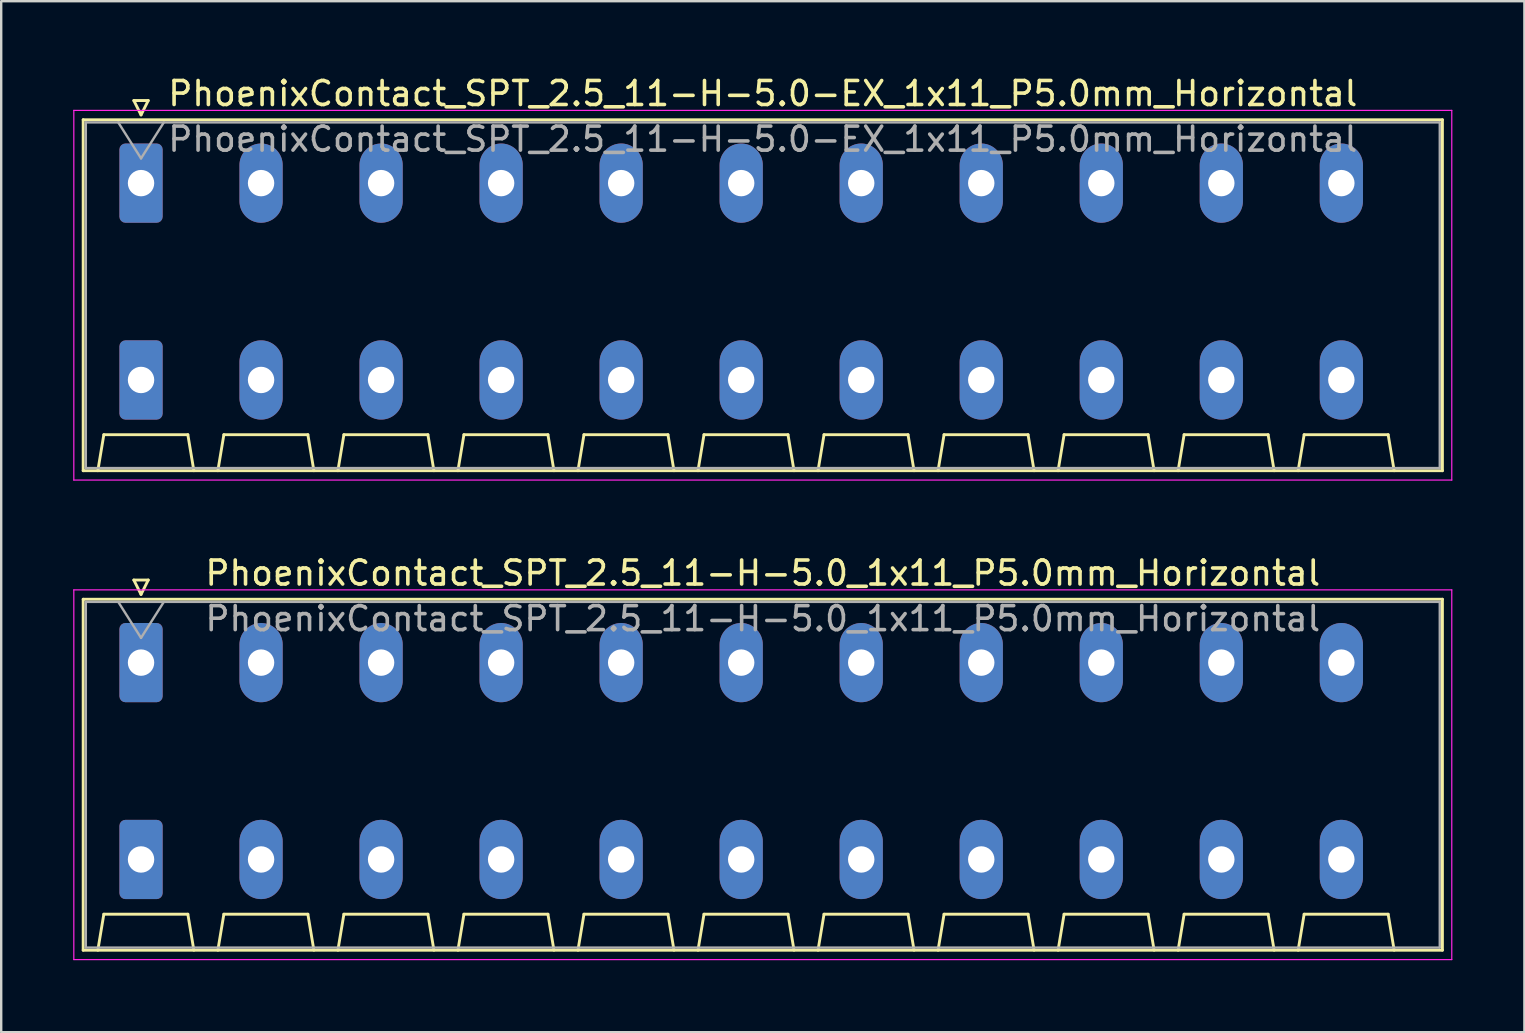
<source format=kicad_pcb>
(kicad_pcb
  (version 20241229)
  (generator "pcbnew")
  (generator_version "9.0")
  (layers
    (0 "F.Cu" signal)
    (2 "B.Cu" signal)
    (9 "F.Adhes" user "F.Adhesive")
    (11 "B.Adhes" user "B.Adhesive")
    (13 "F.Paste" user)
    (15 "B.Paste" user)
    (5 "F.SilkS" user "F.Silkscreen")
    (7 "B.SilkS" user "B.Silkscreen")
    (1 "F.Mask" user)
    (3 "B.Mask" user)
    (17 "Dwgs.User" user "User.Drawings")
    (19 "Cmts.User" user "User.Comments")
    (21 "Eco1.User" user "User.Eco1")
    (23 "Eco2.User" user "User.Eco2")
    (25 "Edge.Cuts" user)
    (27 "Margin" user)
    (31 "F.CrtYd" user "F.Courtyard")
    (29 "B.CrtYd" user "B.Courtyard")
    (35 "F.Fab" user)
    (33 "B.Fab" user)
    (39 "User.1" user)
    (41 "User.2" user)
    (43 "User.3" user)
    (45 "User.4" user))
  (footprint "PhoenixContact_SPT_2.5_11-H-5.0-EX_1x11_P5.0mm_Horizontal"
    (layer "F.Cu")
    (at 2.825 4.578)
    (property "Reference" "PhoenixContact_SPT_2.5_11-H-5.0-EX_1x11_P5.0mm_Horizontal" (at 25.9 -3.73 0) (layer "F.SilkS") (effects (font (size 1 1) (thickness 0.15))))
    (attr through_hole)
    (fp_line (start -2.41 -2.64) (end 54.21 -2.64) (stroke (width 0.12) (type solid)) (layer "F.SilkS"))
    (fp_line (start -2.41 11.98) (end -2.41 -2.64) (stroke (width 0.12) (type solid)) (layer "F.SilkS"))
    (fp_line (start -1.8 11.98) (end -1.55 10.48) (stroke (width 0.12) (type solid)) (layer "F.SilkS"))
    (fp_line (start -1.55 10.48) (end 1.95 10.48) (stroke (width 0.12) (type solid)) (layer "F.SilkS"))
    (fp_line (start -0.3 -3.44) (end 0 -2.84) (stroke (width 0.12) (type solid)) (layer "F.SilkS"))
    (fp_line (start -0.3 -3.44) (end 0.3 -3.44) (stroke (width 0.12) (type solid)) (layer "F.SilkS"))
    (fp_line (start 0.3 -3.44) (end 0 -2.84) (stroke (width 0.12) (type solid)) (layer "F.SilkS"))
    (fp_line (start 2.2 11.98) (end 1.95 10.48) (stroke (width 0.12) (type solid)) (layer "F.SilkS"))
    (fp_line (start 3.2 11.98) (end 3.45 10.48) (stroke (width 0.12) (type solid)) (layer "F.SilkS"))
    (fp_line (start 3.45 10.48) (end 6.95 10.48) (stroke (width 0.12) (type solid)) (layer "F.SilkS"))
    (fp_line (start 7.2 11.98) (end 6.95 10.48) (stroke (width 0.12) (type solid)) (layer "F.SilkS"))
    (fp_line (start 8.2 11.98) (end 8.45 10.48) (stroke (width 0.12) (type solid)) (layer "F.SilkS"))
    (fp_line (start 8.45 10.48) (end 11.95 10.48) (stroke (width 0.12) (type solid)) (layer "F.SilkS"))
    (fp_line (start 12.2 11.98) (end 11.95 10.48) (stroke (width 0.12) (type solid)) (layer "F.SilkS"))
    (fp_line (start 13.2 11.98) (end 13.45 10.48) (stroke (width 0.12) (type solid)) (layer "F.SilkS"))
    (fp_line (start 13.45 10.48) (end 16.95 10.48) (stroke (width 0.12) (type solid)) (layer "F.SilkS"))
    (fp_line (start 17.2 11.98) (end 16.95 10.48) (stroke (width 0.12) (type solid)) (layer "F.SilkS"))
    (fp_line (start 18.2 11.98) (end 18.45 10.48) (stroke (width 0.12) (type solid)) (layer "F.SilkS"))
    (fp_line (start 18.45 10.48) (end 21.95 10.48) (stroke (width 0.12) (type solid)) (layer "F.SilkS"))
    (fp_line (start 22.2 11.98) (end 21.95 10.48) (stroke (width 0.12) (type solid)) (layer "F.SilkS"))
    (fp_line (start 23.2 11.98) (end 23.45 10.48) (stroke (width 0.12) (type solid)) (layer "F.SilkS"))
    (fp_line (start 23.45 10.48) (end 26.95 10.48) (stroke (width 0.12) (type solid)) (layer "F.SilkS"))
    (fp_line (start 27.2 11.98) (end 26.95 10.48) (stroke (width 0.12) (type solid)) (layer "F.SilkS"))
    (fp_line (start 28.2 11.98) (end 28.45 10.48) (stroke (width 0.12) (type solid)) (layer "F.SilkS"))
    (fp_line (start 28.45 10.48) (end 31.95 10.48) (stroke (width 0.12) (type solid)) (layer "F.SilkS"))
    (fp_line (start 32.2 11.98) (end 31.95 10.48) (stroke (width 0.12) (type solid)) (layer "F.SilkS"))
    (fp_line (start 33.2 11.98) (end 33.45 10.48) (stroke (width 0.12) (type solid)) (layer "F.SilkS"))
    (fp_line (start 33.45 10.48) (end 36.95 10.48) (stroke (width 0.12) (type solid)) (layer "F.SilkS"))
    (fp_line (start 37.2 11.98) (end 36.95 10.48) (stroke (width 0.12) (type solid)) (layer "F.SilkS"))
    (fp_line (start 38.2 11.98) (end 38.45 10.48) (stroke (width 0.12) (type solid)) (layer "F.SilkS"))
    (fp_line (start 38.45 10.48) (end 41.95 10.48) (stroke (width 0.12) (type solid)) (layer "F.SilkS"))
    (fp_line (start 42.2 11.98) (end 41.95 10.48) (stroke (width 0.12) (type solid)) (layer "F.SilkS"))
    (fp_line (start 43.2 11.98) (end 43.45 10.48) (stroke (width 0.12) (type solid)) (layer "F.SilkS"))
    (fp_line (start 43.45 10.48) (end 46.95 10.48) (stroke (width 0.12) (type solid)) (layer "F.SilkS"))
    (fp_line (start 47.2 11.98) (end 46.95 10.48) (stroke (width 0.12) (type solid)) (layer "F.SilkS"))
    (fp_line (start 48.2 11.98) (end 48.45 10.48) (stroke (width 0.12) (type solid)) (layer "F.SilkS"))
    (fp_line (start 48.45 10.48) (end 51.95 10.48) (stroke (width 0.12) (type solid)) (layer "F.SilkS"))
    (fp_line (start 52.2 11.98) (end 51.95 10.48) (stroke (width 0.12) (type solid)) (layer "F.SilkS"))
    (fp_line (start 54.21 -2.64) (end 54.21 11.98) (stroke (width 0.12) (type solid)) (layer "F.SilkS"))
    (fp_line (start 54.21 11.98) (end -2.41 11.98) (stroke (width 0.12) (type solid)) (layer "F.SilkS"))
    (fp_line (start -2.8 -3.03) (end -2.8 12.37) (stroke (width 0.05) (type solid)) (layer "F.CrtYd"))
    (fp_line (start -2.8 12.37) (end 54.6 12.37) (stroke (width 0.05) (type solid)) (layer "F.CrtYd"))
    (fp_line (start 54.6 -3.03) (end -2.8 -3.03) (stroke (width 0.05) (type solid)) (layer "F.CrtYd"))
    (fp_line (start 54.6 12.37) (end 54.6 -3.03) (stroke (width 0.05) (type solid)) (layer "F.CrtYd"))
    (fp_line (start -2.3 -2.53) (end -2.3 11.87) (stroke (width 0.1) (type solid)) (layer "F.Fab"))
    (fp_line (start -2.3 11.87) (end 54.1 11.87) (stroke (width 0.1) (type solid)) (layer "F.Fab"))
    (fp_line (start -0.95 -2.53) (end 0 -1.03) (stroke (width 0.1) (type solid)) (layer "F.Fab"))
    (fp_line (start 0.95 -2.53) (end 0 -1.03) (stroke (width 0.1) (type solid)) (layer "F.Fab"))
    (fp_line (start 54.1 -2.53) (end -2.3 -2.53) (stroke (width 0.1) (type solid)) (layer "F.Fab"))
    (fp_line (start 54.1 11.87) (end 54.1 -2.53) (stroke (width 0.1) (type solid)) (layer "F.Fab"))
    (fp_text user "${REFERENCE}" (at 25.9 -1.83 0) (layer "F.Fab") (effects (font (size 1 1) (thickness 0.15))))
    (pad "1" thru_hole roundrect (at 0 0) (size 1.8 3.3) (drill 1.1) (layers "*.Cu" "*.Mask") (roundrect_rratio 0.139))
    (pad "1" thru_hole roundrect (at 0 8.2) (size 1.8 3.3) (drill 1.1) (layers "*.Cu" "*.Mask") (roundrect_rratio 0.139))
    (pad "2" thru_hole oval (at 5 0) (size 1.8 3.3) (drill 1.1) (layers "*.Cu" "*.Mask"))
    (pad "2" thru_hole oval (at 5 8.2) (size 1.8 3.3) (drill 1.1) (layers "*.Cu" "*.Mask"))
    (pad "3" thru_hole oval (at 10 0) (size 1.8 3.3) (drill 1.1) (layers "*.Cu" "*.Mask"))
    (pad "3" thru_hole oval (at 10 8.2) (size 1.8 3.3) (drill 1.1) (layers "*.Cu" "*.Mask"))
    (pad "4" thru_hole oval (at 15 0) (size 1.8 3.3) (drill 1.1) (layers "*.Cu" "*.Mask"))
    (pad "4" thru_hole oval (at 15 8.2) (size 1.8 3.3) (drill 1.1) (layers "*.Cu" "*.Mask"))
    (pad "5" thru_hole oval (at 20 0) (size 1.8 3.3) (drill 1.1) (layers "*.Cu" "*.Mask"))
    (pad "5" thru_hole oval (at 20 8.2) (size 1.8 3.3) (drill 1.1) (layers "*.Cu" "*.Mask"))
    (pad "6" thru_hole oval (at 25 0) (size 1.8 3.3) (drill 1.1) (layers "*.Cu" "*.Mask"))
    (pad "6" thru_hole oval (at 25 8.2) (size 1.8 3.3) (drill 1.1) (layers "*.Cu" "*.Mask"))
    (pad "7" thru_hole oval (at 30 0) (size 1.8 3.3) (drill 1.1) (layers "*.Cu" "*.Mask"))
    (pad "7" thru_hole oval (at 30 8.2) (size 1.8 3.3) (drill 1.1) (layers "*.Cu" "*.Mask"))
    (pad "8" thru_hole oval (at 35 0) (size 1.8 3.3) (drill 1.1) (layers "*.Cu" "*.Mask"))
    (pad "8" thru_hole oval (at 35 8.2) (size 1.8 3.3) (drill 1.1) (layers "*.Cu" "*.Mask"))
    (pad "9" thru_hole oval (at 40 0) (size 1.8 3.3) (drill 1.1) (layers "*.Cu" "*.Mask"))
    (pad "9" thru_hole oval (at 40 8.2) (size 1.8 3.3) (drill 1.1) (layers "*.Cu" "*.Mask"))
    (pad "10" thru_hole oval (at 45 0) (size 1.8 3.3) (drill 1.1) (layers "*.Cu" "*.Mask"))
    (pad "10" thru_hole oval (at 45 8.2) (size 1.8 3.3) (drill 1.1) (layers "*.Cu" "*.Mask"))
    (pad "11" thru_hole oval (at 50 0) (size 1.8 3.3) (drill 1.1) (layers "*.Cu" "*.Mask"))
    (pad "11" thru_hole oval (at 50 8.2) (size 1.8 3.3) (drill 1.1) (layers "*.Cu" "*.Mask")))
  (footprint "PhoenixContact_SPT_2.5_11-H-5.0_1x11_P5.0mm_Horizontal"
    (layer "F.Cu")
    (at 2.825 24.552)
    (property "Reference" "PhoenixContact_SPT_2.5_11-H-5.0_1x11_P5.0mm_Horizontal" (at 25.9 -3.73 0) (layer "F.SilkS") (effects (font (size 1 1) (thickness 0.15))))
    (attr through_hole)
    (fp_line (start -2.41 -2.64) (end 54.21 -2.64) (stroke (width 0.12) (type solid)) (layer "F.SilkS"))
    (fp_line (start -2.41 11.98) (end -2.41 -2.64) (stroke (width 0.12) (type solid)) (layer "F.SilkS"))
    (fp_line (start -1.8 11.98) (end -1.55 10.48) (stroke (width 0.12) (type solid)) (layer "F.SilkS"))
    (fp_line (start -1.55 10.48) (end 1.95 10.48) (stroke (width 0.12) (type solid)) (layer "F.SilkS"))
    (fp_line (start -0.3 -3.44) (end 0 -2.84) (stroke (width 0.12) (type solid)) (layer "F.SilkS"))
    (fp_line (start -0.3 -3.44) (end 0.3 -3.44) (stroke (width 0.12) (type solid)) (layer "F.SilkS"))
    (fp_line (start 0.3 -3.44) (end 0 -2.84) (stroke (width 0.12) (type solid)) (layer "F.SilkS"))
    (fp_line (start 2.2 11.98) (end 1.95 10.48) (stroke (width 0.12) (type solid)) (layer "F.SilkS"))
    (fp_line (start 3.2 11.98) (end 3.45 10.48) (stroke (width 0.12) (type solid)) (layer "F.SilkS"))
    (fp_line (start 3.45 10.48) (end 6.95 10.48) (stroke (width 0.12) (type solid)) (layer "F.SilkS"))
    (fp_line (start 7.2 11.98) (end 6.95 10.48) (stroke (width 0.12) (type solid)) (layer "F.SilkS"))
    (fp_line (start 8.2 11.98) (end 8.45 10.48) (stroke (width 0.12) (type solid)) (layer "F.SilkS"))
    (fp_line (start 8.45 10.48) (end 11.95 10.48) (stroke (width 0.12) (type solid)) (layer "F.SilkS"))
    (fp_line (start 12.2 11.98) (end 11.95 10.48) (stroke (width 0.12) (type solid)) (layer "F.SilkS"))
    (fp_line (start 13.2 11.98) (end 13.45 10.48) (stroke (width 0.12) (type solid)) (layer "F.SilkS"))
    (fp_line (start 13.45 10.48) (end 16.95 10.48) (stroke (width 0.12) (type solid)) (layer "F.SilkS"))
    (fp_line (start 17.2 11.98) (end 16.95 10.48) (stroke (width 0.12) (type solid)) (layer "F.SilkS"))
    (fp_line (start 18.2 11.98) (end 18.45 10.48) (stroke (width 0.12) (type solid)) (layer "F.SilkS"))
    (fp_line (start 18.45 10.48) (end 21.95 10.48) (stroke (width 0.12) (type solid)) (layer "F.SilkS"))
    (fp_line (start 22.2 11.98) (end 21.95 10.48) (stroke (width 0.12) (type solid)) (layer "F.SilkS"))
    (fp_line (start 23.2 11.98) (end 23.45 10.48) (stroke (width 0.12) (type solid)) (layer "F.SilkS"))
    (fp_line (start 23.45 10.48) (end 26.95 10.48) (stroke (width 0.12) (type solid)) (layer "F.SilkS"))
    (fp_line (start 27.2 11.98) (end 26.95 10.48) (stroke (width 0.12) (type solid)) (layer "F.SilkS"))
    (fp_line (start 28.2 11.98) (end 28.45 10.48) (stroke (width 0.12) (type solid)) (layer "F.SilkS"))
    (fp_line (start 28.45 10.48) (end 31.95 10.48) (stroke (width 0.12) (type solid)) (layer "F.SilkS"))
    (fp_line (start 32.2 11.98) (end 31.95 10.48) (stroke (width 0.12) (type solid)) (layer "F.SilkS"))
    (fp_line (start 33.2 11.98) (end 33.45 10.48) (stroke (width 0.12) (type solid)) (layer "F.SilkS"))
    (fp_line (start 33.45 10.48) (end 36.95 10.48) (stroke (width 0.12) (type solid)) (layer "F.SilkS"))
    (fp_line (start 37.2 11.98) (end 36.95 10.48) (stroke (width 0.12) (type solid)) (layer "F.SilkS"))
    (fp_line (start 38.2 11.98) (end 38.45 10.48) (stroke (width 0.12) (type solid)) (layer "F.SilkS"))
    (fp_line (start 38.45 10.48) (end 41.95 10.48) (stroke (width 0.12) (type solid)) (layer "F.SilkS"))
    (fp_line (start 42.2 11.98) (end 41.95 10.48) (stroke (width 0.12) (type solid)) (layer "F.SilkS"))
    (fp_line (start 43.2 11.98) (end 43.45 10.48) (stroke (width 0.12) (type solid)) (layer "F.SilkS"))
    (fp_line (start 43.45 10.48) (end 46.95 10.48) (stroke (width 0.12) (type solid)) (layer "F.SilkS"))
    (fp_line (start 47.2 11.98) (end 46.95 10.48) (stroke (width 0.12) (type solid)) (layer "F.SilkS"))
    (fp_line (start 48.2 11.98) (end 48.45 10.48) (stroke (width 0.12) (type solid)) (layer "F.SilkS"))
    (fp_line (start 48.45 10.48) (end 51.95 10.48) (stroke (width 0.12) (type solid)) (layer "F.SilkS"))
    (fp_line (start 52.2 11.98) (end 51.95 10.48) (stroke (width 0.12) (type solid)) (layer "F.SilkS"))
    (fp_line (start 54.21 -2.64) (end 54.21 11.98) (stroke (width 0.12) (type solid)) (layer "F.SilkS"))
    (fp_line (start 54.21 11.98) (end -2.41 11.98) (stroke (width 0.12) (type solid)) (layer "F.SilkS"))
    (fp_line (start -2.8 -3.03) (end -2.8 12.37) (stroke (width 0.05) (type solid)) (layer "F.CrtYd"))
    (fp_line (start -2.8 12.37) (end 54.6 12.37) (stroke (width 0.05) (type solid)) (layer "F.CrtYd"))
    (fp_line (start 54.6 -3.03) (end -2.8 -3.03) (stroke (width 0.05) (type solid)) (layer "F.CrtYd"))
    (fp_line (start 54.6 12.37) (end 54.6 -3.03) (stroke (width 0.05) (type solid)) (layer "F.CrtYd"))
    (fp_line (start -2.3 -2.53) (end -2.3 11.87) (stroke (width 0.1) (type solid)) (layer "F.Fab"))
    (fp_line (start -2.3 11.87) (end 54.1 11.87) (stroke (width 0.1) (type solid)) (layer "F.Fab"))
    (fp_line (start -0.95 -2.53) (end 0 -1.03) (stroke (width 0.1) (type solid)) (layer "F.Fab"))
    (fp_line (start 0.95 -2.53) (end 0 -1.03) (stroke (width 0.1) (type solid)) (layer "F.Fab"))
    (fp_line (start 54.1 -2.53) (end -2.3 -2.53) (stroke (width 0.1) (type solid)) (layer "F.Fab"))
    (fp_line (start 54.1 11.87) (end 54.1 -2.53) (stroke (width 0.1) (type solid)) (layer "F.Fab"))
    (fp_text user "${REFERENCE}" (at 25.9 -1.83 0) (layer "F.Fab") (effects (font (size 1 1) (thickness 0.15))))
    (pad "1" thru_hole roundrect (at 0 0) (size 1.8 3.3) (drill 1.1) (layers "*.Cu" "*.Mask") (roundrect_rratio 0.139))
    (pad "1" thru_hole roundrect (at 0 8.2) (size 1.8 3.3) (drill 1.1) (layers "*.Cu" "*.Mask") (roundrect_rratio 0.139))
    (pad "2" thru_hole oval (at 5 0) (size 1.8 3.3) (drill 1.1) (layers "*.Cu" "*.Mask"))
    (pad "2" thru_hole oval (at 5 8.2) (size 1.8 3.3) (drill 1.1) (layers "*.Cu" "*.Mask"))
    (pad "3" thru_hole oval (at 10 0) (size 1.8 3.3) (drill 1.1) (layers "*.Cu" "*.Mask"))
    (pad "3" thru_hole oval (at 10 8.2) (size 1.8 3.3) (drill 1.1) (layers "*.Cu" "*.Mask"))
    (pad "4" thru_hole oval (at 15 0) (size 1.8 3.3) (drill 1.1) (layers "*.Cu" "*.Mask"))
    (pad "4" thru_hole oval (at 15 8.2) (size 1.8 3.3) (drill 1.1) (layers "*.Cu" "*.Mask"))
    (pad "5" thru_hole oval (at 20 0) (size 1.8 3.3) (drill 1.1) (layers "*.Cu" "*.Mask"))
    (pad "5" thru_hole oval (at 20 8.2) (size 1.8 3.3) (drill 1.1) (layers "*.Cu" "*.Mask"))
    (pad "6" thru_hole oval (at 25 0) (size 1.8 3.3) (drill 1.1) (layers "*.Cu" "*.Mask"))
    (pad "6" thru_hole oval (at 25 8.2) (size 1.8 3.3) (drill 1.1) (layers "*.Cu" "*.Mask"))
    (pad "7" thru_hole oval (at 30 0) (size 1.8 3.3) (drill 1.1) (layers "*.Cu" "*.Mask"))
    (pad "7" thru_hole oval (at 30 8.2) (size 1.8 3.3) (drill 1.1) (layers "*.Cu" "*.Mask"))
    (pad "8" thru_hole oval (at 35 0) (size 1.8 3.3) (drill 1.1) (layers "*.Cu" "*.Mask"))
    (pad "8" thru_hole oval (at 35 8.2) (size 1.8 3.3) (drill 1.1) (layers "*.Cu" "*.Mask"))
    (pad "9" thru_hole oval (at 40 0) (size 1.8 3.3) (drill 1.1) (layers "*.Cu" "*.Mask"))
    (pad "9" thru_hole oval (at 40 8.2) (size 1.8 3.3) (drill 1.1) (layers "*.Cu" "*.Mask"))
    (pad "10" thru_hole oval (at 45 0) (size 1.8 3.3) (drill 1.1) (layers "*.Cu" "*.Mask"))
    (pad "10" thru_hole oval (at 45 8.2) (size 1.8 3.3) (drill 1.1) (layers "*.Cu" "*.Mask"))
    (pad "11" thru_hole oval (at 50 0) (size 1.8 3.3) (drill 1.1) (layers "*.Cu" "*.Mask"))
    (pad "11" thru_hole oval (at 50 8.2) (size 1.8 3.3) (drill 1.1) (layers "*.Cu" "*.Mask")))
  (gr_rect
    (start -3 -3)
    (end 60.45 39.947)
    (stroke (width 0.1) (type default))
    (fill no)
    (layer "Edge.Cuts")))
</source>
